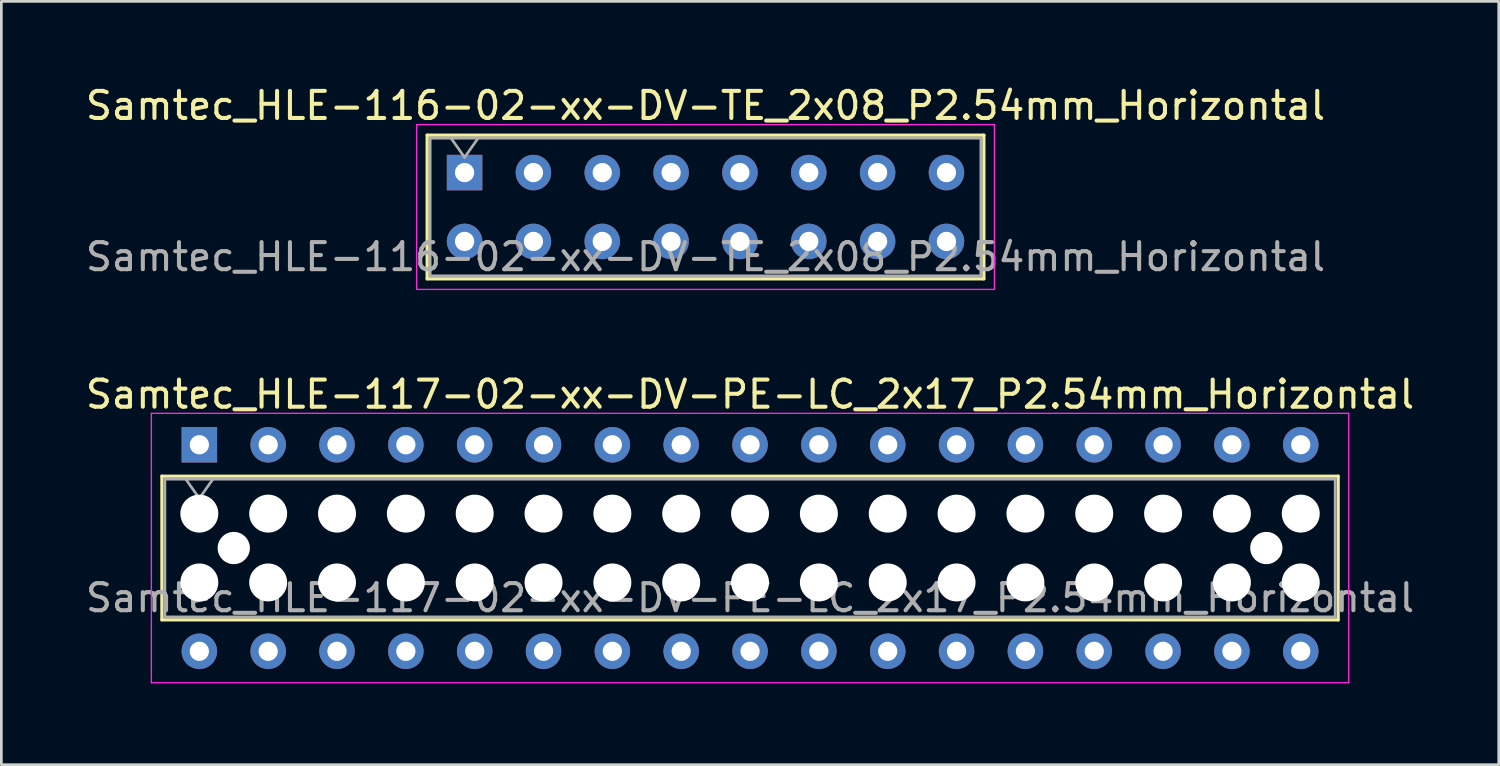
<source format=kicad_pcb>
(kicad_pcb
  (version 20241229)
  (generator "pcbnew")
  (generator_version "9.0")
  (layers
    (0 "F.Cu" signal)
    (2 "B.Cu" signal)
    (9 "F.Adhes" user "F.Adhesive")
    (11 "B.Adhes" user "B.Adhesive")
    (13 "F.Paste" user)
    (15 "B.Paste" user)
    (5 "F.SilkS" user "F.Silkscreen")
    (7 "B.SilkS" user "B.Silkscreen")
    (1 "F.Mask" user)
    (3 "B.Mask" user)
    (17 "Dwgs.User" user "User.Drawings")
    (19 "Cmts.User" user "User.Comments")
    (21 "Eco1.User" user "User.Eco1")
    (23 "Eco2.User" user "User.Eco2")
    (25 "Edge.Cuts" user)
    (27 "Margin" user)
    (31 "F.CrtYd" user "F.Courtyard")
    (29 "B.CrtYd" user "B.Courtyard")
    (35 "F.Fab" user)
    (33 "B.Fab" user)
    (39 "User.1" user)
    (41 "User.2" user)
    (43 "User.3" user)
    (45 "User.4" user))
  (footprint "Samtec_HLE-116-02-xx-DV-TE_2x08_P2.54mm_Horizontal"
    (layer "F.Cu")
    (at 14.092 3.318)
    (property "Reference" "Samtec_HLE-116-02-xx-DV-TE_2x08_P2.54mm_Horizontal" (at 8.89 -2.47 0) (layer "F.SilkS") (effects (font (size 1 1) (thickness 0.15))))
    (attr through_hole)
    (fp_line (start -1.38 -1.38) (end 19.16 -1.38) (stroke (width 0.12) (type solid)) (layer "F.SilkS"))
    (fp_line (start -1.38 3.92) (end -1.38 -1.38) (stroke (width 0.12) (type solid)) (layer "F.SilkS"))
    (fp_line (start 19.16 -1.38) (end 19.16 3.92) (stroke (width 0.12) (type solid)) (layer "F.SilkS"))
    (fp_line (start 19.16 3.92) (end -1.38 3.92) (stroke (width 0.12) (type solid)) (layer "F.SilkS"))
    (fp_line (start -1.77 -1.77) (end 19.55 -1.77) (stroke (width 0.05) (type solid)) (layer "F.CrtYd"))
    (fp_line (start -1.77 4.31) (end -1.77 -1.77) (stroke (width 0.05) (type solid)) (layer "F.CrtYd"))
    (fp_line (start 19.55 -1.77) (end 19.55 4.31) (stroke (width 0.05) (type solid)) (layer "F.CrtYd"))
    (fp_line (start 19.55 4.31) (end -1.77 4.31) (stroke (width 0.05) (type solid)) (layer "F.CrtYd"))
    (fp_line (start -1.27 -1.27) (end 19.05 -1.27) (stroke (width 0.1) (type solid)) (layer "F.Fab"))
    (fp_line (start -1.27 3.81) (end -1.27 -1.27) (stroke (width 0.1) (type solid)) (layer "F.Fab"))
    (fp_line (start -0.5 -1.27) (end 0 -0.563) (stroke (width 0.1) (type solid)) (layer "F.Fab"))
    (fp_line (start 0 -0.563) (end 0.5 -1.27) (stroke (width 0.1) (type solid)) (layer "F.Fab"))
    (fp_line (start 19.05 -1.27) (end 19.05 3.81) (stroke (width 0.1) (type solid)) (layer "F.Fab"))
    (fp_line (start 19.05 3.81) (end -1.27 3.81) (stroke (width 0.1) (type solid)) (layer "F.Fab"))
    (fp_text user "${REFERENCE}" (at 8.89 3.11 0) (layer "F.Fab") (effects (font (size 1 1) (thickness 0.15))))
    (pad "1" thru_hole rect (at 0 0) (size 1.31 1.31) (drill 0.71) (layers "*.Cu" "*.Mask"))
    (pad "2" thru_hole circle (at 0 2.54) (size 1.31 1.31) (drill 0.71) (layers "*.Cu" "*.Mask"))
    (pad "3" thru_hole circle (at 2.54 0) (size 1.31 1.31) (drill 0.71) (layers "*.Cu" "*.Mask"))
    (pad "4" thru_hole circle (at 2.54 2.54) (size 1.31 1.31) (drill 0.71) (layers "*.Cu" "*.Mask"))
    (pad "5" thru_hole circle (at 5.08 0) (size 1.31 1.31) (drill 0.71) (layers "*.Cu" "*.Mask"))
    (pad "6" thru_hole circle (at 5.08 2.54) (size 1.31 1.31) (drill 0.71) (layers "*.Cu" "*.Mask"))
    (pad "7" thru_hole circle (at 7.62 0) (size 1.31 1.31) (drill 0.71) (layers "*.Cu" "*.Mask"))
    (pad "8" thru_hole circle (at 7.62 2.54) (size 1.31 1.31) (drill 0.71) (layers "*.Cu" "*.Mask"))
    (pad "9" thru_hole circle (at 10.16 0) (size 1.31 1.31) (drill 0.71) (layers "*.Cu" "*.Mask"))
    (pad "10" thru_hole circle (at 10.16 2.54) (size 1.31 1.31) (drill 0.71) (layers "*.Cu" "*.Mask"))
    (pad "11" thru_hole circle (at 12.7 0) (size 1.31 1.31) (drill 0.71) (layers "*.Cu" "*.Mask"))
    (pad "12" thru_hole circle (at 12.7 2.54) (size 1.31 1.31) (drill 0.71) (layers "*.Cu" "*.Mask"))
    (pad "13" thru_hole circle (at 15.24 0) (size 1.31 1.31) (drill 0.71) (layers "*.Cu" "*.Mask"))
    (pad "14" thru_hole circle (at 15.24 2.54) (size 1.31 1.31) (drill 0.71) (layers "*.Cu" "*.Mask"))
    (pad "15" thru_hole circle (at 17.78 0) (size 1.31 1.31) (drill 0.71) (layers "*.Cu" "*.Mask"))
    (pad "16" thru_hole circle (at 17.78 2.54) (size 1.31 1.31) (drill 0.71) (layers "*.Cu" "*.Mask")))
  (footprint "Samtec_HLE-117-02-xx-DV-PE-LC_2x17_P2.54mm_Horizontal"
    (layer "F.Cu")
    (at 4.305 13.361)
    (property "Reference" "Samtec_HLE-117-02-xx-DV-PE-LC_2x17_P2.54mm_Horizontal" (at 20.32 -1.86 0) (layer "F.SilkS") (effects (font (size 1 1) (thickness 0.15))))
    (attr through_hole)
    (fp_line (start -1.38 1.16) (end 42.02 1.16) (stroke (width 0.12) (type solid)) (layer "F.SilkS"))
    (fp_line (start -1.38 6.46) (end -1.38 1.16) (stroke (width 0.12) (type solid)) (layer "F.SilkS"))
    (fp_line (start 42.02 1.16) (end 42.02 6.46) (stroke (width 0.12) (type solid)) (layer "F.SilkS"))
    (fp_line (start 42.02 6.46) (end -1.38 6.46) (stroke (width 0.12) (type solid)) (layer "F.SilkS"))
    (fp_line (start -1.77 -1.16) (end 42.41 -1.16) (stroke (width 0.05) (type solid)) (layer "F.CrtYd"))
    (fp_line (start -1.77 8.78) (end -1.77 -1.16) (stroke (width 0.05) (type solid)) (layer "F.CrtYd"))
    (fp_line (start 42.41 -1.16) (end 42.41 8.78) (stroke (width 0.05) (type solid)) (layer "F.CrtYd"))
    (fp_line (start 42.41 8.78) (end -1.77 8.78) (stroke (width 0.05) (type solid)) (layer "F.CrtYd"))
    (fp_line (start -1.27 1.27) (end 41.91 1.27) (stroke (width 0.1) (type solid)) (layer "F.Fab"))
    (fp_line (start -1.27 6.35) (end -1.27 1.27) (stroke (width 0.1) (type solid)) (layer "F.Fab"))
    (fp_line (start -0.5 1.27) (end 0 1.977) (stroke (width 0.1) (type solid)) (layer "F.Fab"))
    (fp_line (start 0 1.977) (end 0.5 1.27) (stroke (width 0.1) (type solid)) (layer "F.Fab"))
    (fp_line (start 41.91 1.27) (end 41.91 6.35) (stroke (width 0.1) (type solid)) (layer "F.Fab"))
    (fp_line (start 41.91 6.35) (end -1.27 6.35) (stroke (width 0.1) (type solid)) (layer "F.Fab"))
    (fp_text user "${REFERENCE}" (at 20.32 5.65 0) (layer "F.Fab") (effects (font (size 1 1) (thickness 0.15))))
    (pad "" np_thru_hole circle (at 0 2.54) (size 1.4 1.4) (drill 1.4) (layers "*.Cu" "*.Mask"))
    (pad "" np_thru_hole circle (at 0 5.08) (size 1.4 1.4) (drill 1.4) (layers "*.Cu" "*.Mask"))
    (pad "" np_thru_hole circle (at 1.27 3.81) (size 1.19 1.19) (drill 1.19) (layers "*.Cu" "*.Mask"))
    (pad "" np_thru_hole circle (at 2.54 2.54) (size 1.4 1.4) (drill 1.4) (layers "*.Cu" "*.Mask"))
    (pad "" np_thru_hole circle (at 2.54 5.08) (size 1.4 1.4) (drill 1.4) (layers "*.Cu" "*.Mask"))
    (pad "" np_thru_hole circle (at 5.08 2.54) (size 1.4 1.4) (drill 1.4) (layers "*.Cu" "*.Mask"))
    (pad "" np_thru_hole circle (at 5.08 5.08) (size 1.4 1.4) (drill 1.4) (layers "*.Cu" "*.Mask"))
    (pad "" np_thru_hole circle (at 7.62 2.54) (size 1.4 1.4) (drill 1.4) (layers "*.Cu" "*.Mask"))
    (pad "" np_thru_hole circle (at 7.62 5.08) (size 1.4 1.4) (drill 1.4) (layers "*.Cu" "*.Mask"))
    (pad "" np_thru_hole circle (at 10.16 2.54) (size 1.4 1.4) (drill 1.4) (layers "*.Cu" "*.Mask"))
    (pad "" np_thru_hole circle (at 10.16 5.08) (size 1.4 1.4) (drill 1.4) (layers "*.Cu" "*.Mask"))
    (pad "" np_thru_hole circle (at 12.7 2.54) (size 1.4 1.4) (drill 1.4) (layers "*.Cu" "*.Mask"))
    (pad "" np_thru_hole circle (at 12.7 5.08) (size 1.4 1.4) (drill 1.4) (layers "*.Cu" "*.Mask"))
    (pad "" np_thru_hole circle (at 15.24 2.54) (size 1.4 1.4) (drill 1.4) (layers "*.Cu" "*.Mask"))
    (pad "" np_thru_hole circle (at 15.24 5.08) (size 1.4 1.4) (drill 1.4) (layers "*.Cu" "*.Mask"))
    (pad "" np_thru_hole circle (at 17.78 2.54) (size 1.4 1.4) (drill 1.4) (layers "*.Cu" "*.Mask"))
    (pad "" np_thru_hole circle (at 17.78 5.08) (size 1.4 1.4) (drill 1.4) (layers "*.Cu" "*.Mask"))
    (pad "" np_thru_hole circle (at 20.32 2.54) (size 1.4 1.4) (drill 1.4) (layers "*.Cu" "*.Mask"))
    (pad "" np_thru_hole circle (at 20.32 5.08) (size 1.4 1.4) (drill 1.4) (layers "*.Cu" "*.Mask"))
    (pad "" np_thru_hole circle (at 22.86 2.54) (size 1.4 1.4) (drill 1.4) (layers "*.Cu" "*.Mask"))
    (pad "" np_thru_hole circle (at 22.86 5.08) (size 1.4 1.4) (drill 1.4) (layers "*.Cu" "*.Mask"))
    (pad "" np_thru_hole circle (at 25.4 2.54) (size 1.4 1.4) (drill 1.4) (layers "*.Cu" "*.Mask"))
    (pad "" np_thru_hole circle (at 25.4 5.08) (size 1.4 1.4) (drill 1.4) (layers "*.Cu" "*.Mask"))
    (pad "" np_thru_hole circle (at 27.94 2.54) (size 1.4 1.4) (drill 1.4) (layers "*.Cu" "*.Mask"))
    (pad "" np_thru_hole circle (at 27.94 5.08) (size 1.4 1.4) (drill 1.4) (layers "*.Cu" "*.Mask"))
    (pad "" np_thru_hole circle (at 30.48 2.54) (size 1.4 1.4) (drill 1.4) (layers "*.Cu" "*.Mask"))
    (pad "" np_thru_hole circle (at 30.48 5.08) (size 1.4 1.4) (drill 1.4) (layers "*.Cu" "*.Mask"))
    (pad "" np_thru_hole circle (at 33.02 2.54) (size 1.4 1.4) (drill 1.4) (layers "*.Cu" "*.Mask"))
    (pad "" np_thru_hole circle (at 33.02 5.08) (size 1.4 1.4) (drill 1.4) (layers "*.Cu" "*.Mask"))
    (pad "" np_thru_hole circle (at 35.56 2.54) (size 1.4 1.4) (drill 1.4) (layers "*.Cu" "*.Mask"))
    (pad "" np_thru_hole circle (at 35.56 5.08) (size 1.4 1.4) (drill 1.4) (layers "*.Cu" "*.Mask"))
    (pad "" np_thru_hole circle (at 38.1 2.54) (size 1.4 1.4) (drill 1.4) (layers "*.Cu" "*.Mask"))
    (pad "" np_thru_hole circle (at 38.1 5.08) (size 1.4 1.4) (drill 1.4) (layers "*.Cu" "*.Mask"))
    (pad "" np_thru_hole circle (at 39.37 3.81) (size 1.19 1.19) (drill 1.19) (layers "*.Cu" "*.Mask"))
    (pad "" np_thru_hole circle (at 40.64 2.54) (size 1.4 1.4) (drill 1.4) (layers "*.Cu" "*.Mask"))
    (pad "" np_thru_hole circle (at 40.64 5.08) (size 1.4 1.4) (drill 1.4) (layers "*.Cu" "*.Mask"))
    (pad "1" thru_hole rect (at 0 0) (size 1.31 1.31) (drill 0.71) (layers "*.Cu" "*.Mask"))
    (pad "2" thru_hole circle (at 0 7.62) (size 1.31 1.31) (drill 0.71) (layers "*.Cu" "*.Mask"))
    (pad "3" thru_hole circle (at 2.54 0) (size 1.31 1.31) (drill 0.71) (layers "*.Cu" "*.Mask"))
    (pad "4" thru_hole circle (at 2.54 7.62) (size 1.31 1.31) (drill 0.71) (layers "*.Cu" "*.Mask"))
    (pad "5" thru_hole circle (at 5.08 0) (size 1.31 1.31) (drill 0.71) (layers "*.Cu" "*.Mask"))
    (pad "6" thru_hole circle (at 5.08 7.62) (size 1.31 1.31) (drill 0.71) (layers "*.Cu" "*.Mask"))
    (pad "7" thru_hole circle (at 7.62 0) (size 1.31 1.31) (drill 0.71) (layers "*.Cu" "*.Mask"))
    (pad "8" thru_hole circle (at 7.62 7.62) (size 1.31 1.31) (drill 0.71) (layers "*.Cu" "*.Mask"))
    (pad "9" thru_hole circle (at 10.16 0) (size 1.31 1.31) (drill 0.71) (layers "*.Cu" "*.Mask"))
    (pad "10" thru_hole circle (at 10.16 7.62) (size 1.31 1.31) (drill 0.71) (layers "*.Cu" "*.Mask"))
    (pad "11" thru_hole circle (at 12.7 0) (size 1.31 1.31) (drill 0.71) (layers "*.Cu" "*.Mask"))
    (pad "12" thru_hole circle (at 12.7 7.62) (size 1.31 1.31) (drill 0.71) (layers "*.Cu" "*.Mask"))
    (pad "13" thru_hole circle (at 15.24 0) (size 1.31 1.31) (drill 0.71) (layers "*.Cu" "*.Mask"))
    (pad "14" thru_hole circle (at 15.24 7.62) (size 1.31 1.31) (drill 0.71) (layers "*.Cu" "*.Mask"))
    (pad "15" thru_hole circle (at 17.78 0) (size 1.31 1.31) (drill 0.71) (layers "*.Cu" "*.Mask"))
    (pad "16" thru_hole circle (at 17.78 7.62) (size 1.31 1.31) (drill 0.71) (layers "*.Cu" "*.Mask"))
    (pad "17" thru_hole circle (at 20.32 0) (size 1.31 1.31) (drill 0.71) (layers "*.Cu" "*.Mask"))
    (pad "18" thru_hole circle (at 20.32 7.62) (size 1.31 1.31) (drill 0.71) (layers "*.Cu" "*.Mask"))
    (pad "19" thru_hole circle (at 22.86 0) (size 1.31 1.31) (drill 0.71) (layers "*.Cu" "*.Mask"))
    (pad "20" thru_hole circle (at 22.86 7.62) (size 1.31 1.31) (drill 0.71) (layers "*.Cu" "*.Mask"))
    (pad "21" thru_hole circle (at 25.4 0) (size 1.31 1.31) (drill 0.71) (layers "*.Cu" "*.Mask"))
    (pad "22" thru_hole circle (at 25.4 7.62) (size 1.31 1.31) (drill 0.71) (layers "*.Cu" "*.Mask"))
    (pad "23" thru_hole circle (at 27.94 0) (size 1.31 1.31) (drill 0.71) (layers "*.Cu" "*.Mask"))
    (pad "24" thru_hole circle (at 27.94 7.62) (size 1.31 1.31) (drill 0.71) (layers "*.Cu" "*.Mask"))
    (pad "25" thru_hole circle (at 30.48 0) (size 1.31 1.31) (drill 0.71) (layers "*.Cu" "*.Mask"))
    (pad "26" thru_hole circle (at 30.48 7.62) (size 1.31 1.31) (drill 0.71) (layers "*.Cu" "*.Mask"))
    (pad "27" thru_hole circle (at 33.02 0) (size 1.31 1.31) (drill 0.71) (layers "*.Cu" "*.Mask"))
    (pad "28" thru_hole circle (at 33.02 7.62) (size 1.31 1.31) (drill 0.71) (layers "*.Cu" "*.Mask"))
    (pad "29" thru_hole circle (at 35.56 0) (size 1.31 1.31) (drill 0.71) (layers "*.Cu" "*.Mask"))
    (pad "30" thru_hole circle (at 35.56 7.62) (size 1.31 1.31) (drill 0.71) (layers "*.Cu" "*.Mask"))
    (pad "31" thru_hole circle (at 38.1 0) (size 1.31 1.31) (drill 0.71) (layers "*.Cu" "*.Mask"))
    (pad "32" thru_hole circle (at 38.1 7.62) (size 1.31 1.31) (drill 0.71) (layers "*.Cu" "*.Mask"))
    (pad "33" thru_hole circle (at 40.64 0) (size 1.31 1.31) (drill 0.71) (layers "*.Cu" "*.Mask"))
    (pad "34" thru_hole circle (at 40.64 7.62) (size 1.31 1.31) (drill 0.71) (layers "*.Cu" "*.Mask")))
  (gr_rect
    (start -3 -3)
    (end 52.25 25.166)
    (stroke (width 0.1) (type default))
    (fill no)
    (layer "Edge.Cuts")))
</source>
